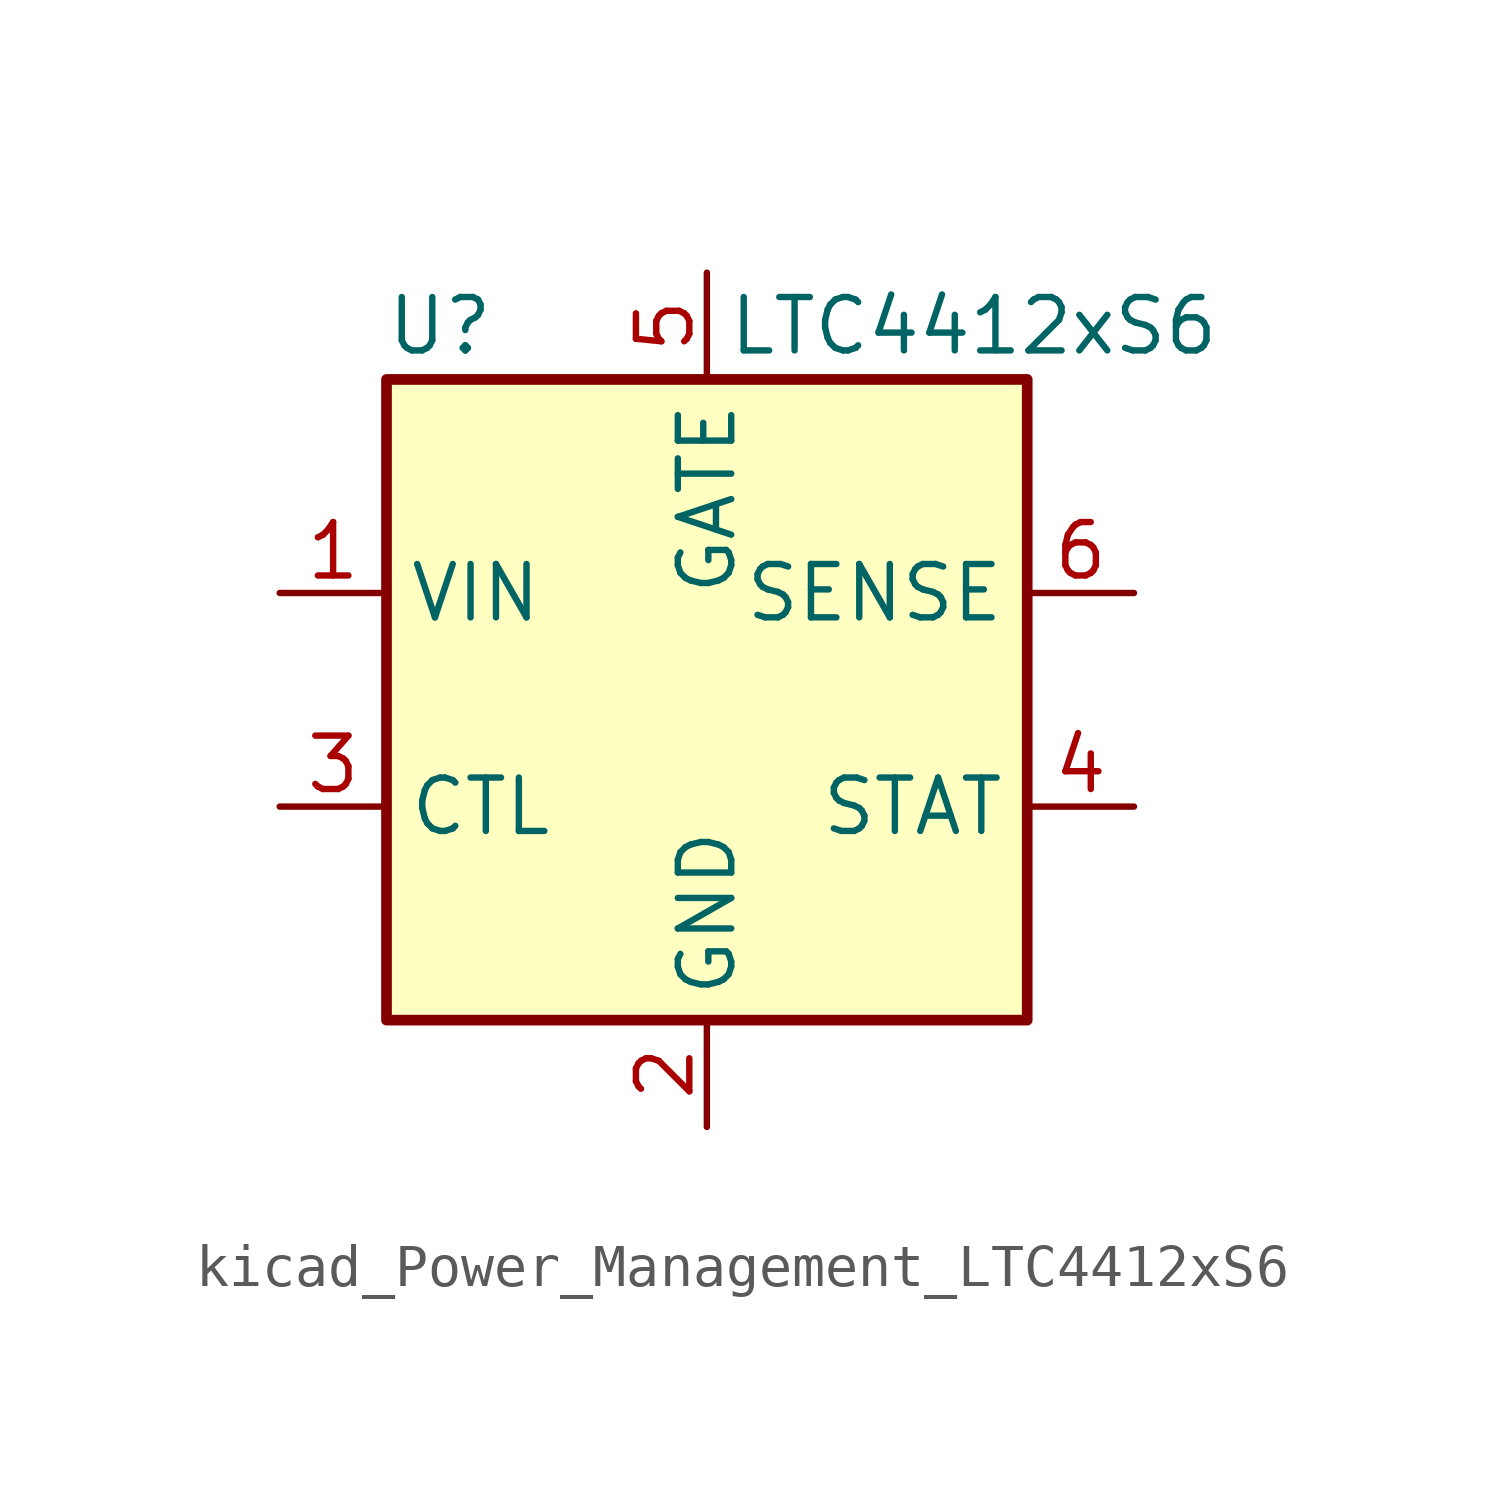
<source format=kicad_sym>
(kicad_symbol_lib
  (version 20220914)
  (generator kicad_symbol_editor)
  (symbol "kicad_Power_Management_LTC4412xS6"
    (property "Reference" "U"
      (at -6.35 8.89 0)
      (effects (font (size 1.27 1.27))))
    (property "Value" "LTC4412xS6"
      (at 6.35 8.89 0)
      (effects (font (size 1.27 1.27))))
    (symbol "kicad_Power_Management_LTC4412xS6_0_1"
      (rectangle (start -7.62 7.62) (end 7.62 -7.62) (stroke (width 0.254) (type default)) (fill (type background))))
    (symbol "kicad_Power_Management_LTC4412xS6_1_1"
      (pin power_in line (at -10.16 2.54 0) (length 2.54) (name "VIN" (effects (font (size 1.27 1.27)))) (number "1" (effects (font (size 1.27 1.27)))))
      (pin power_in line (at 0 -10.16 90) (length 2.54) (name "GND" (effects (font (size 1.27 1.27)))) (number "2" (effects (font (size 1.27 1.27)))))
      (pin input line (at -10.16 -2.54 0) (length 2.54) (name "CTL" (effects (font (size 1.27 1.27)))) (number "3" (effects (font (size 1.27 1.27)))))
      (pin open_collector line (at 10.16 -2.54 180) (length 2.54) (name "STAT" (effects (font (size 1.27 1.27)))) (number "4" (effects (font (size 1.27 1.27)))))
      (pin output line (at 0 10.16 270) (length 2.54) (name "GATE" (effects (font (size 1.27 1.27)))) (number "5" (effects (font (size 1.27 1.27)))))
      (pin input line (at 10.16 2.54 180) (length 2.54) (name "SENSE" (effects (font (size 1.27 1.27)))) (number "6" (effects (font (size 1.27 1.27))))))))
</source>
